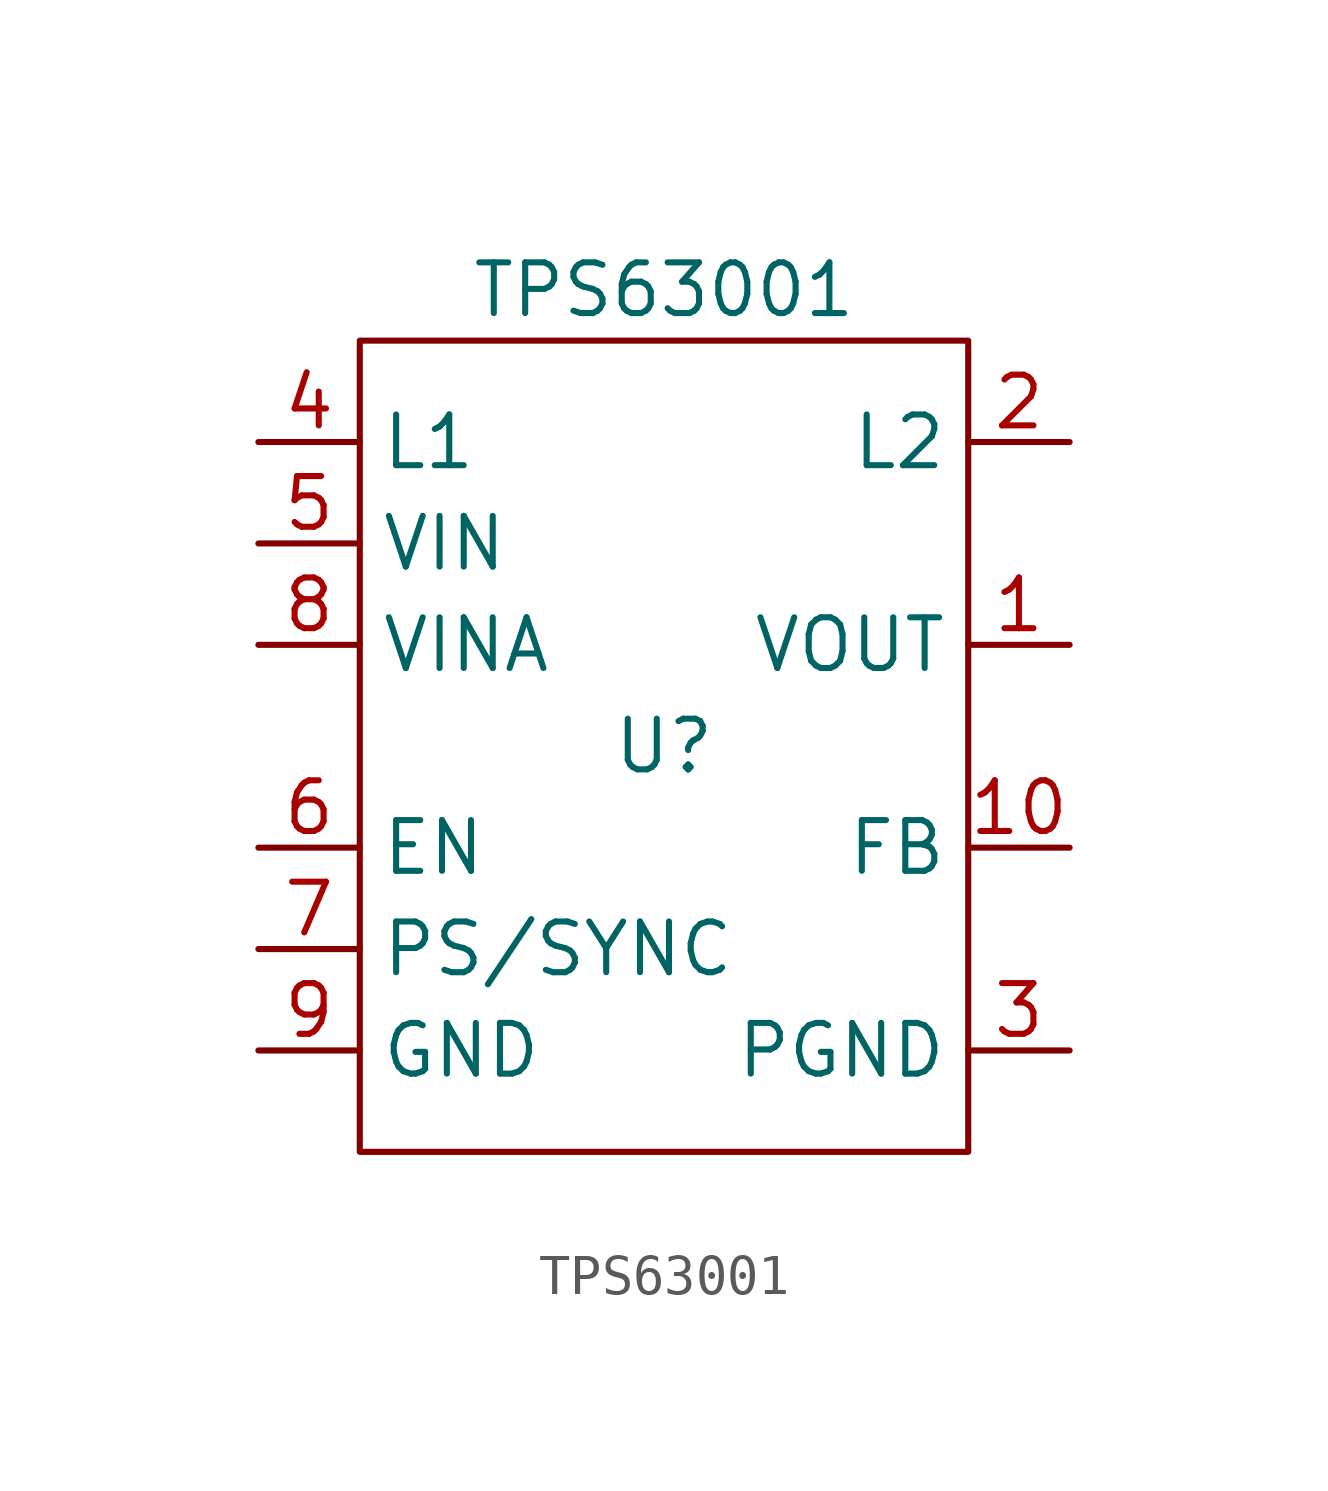
<source format=kicad_sym>
(kicad_symbol_lib
  (version 20211014)
  (generator kicad_symbol_editor)
  (symbol "TPS63001"
    (property "Reference" "U"
      (at 0 0 0)
      (effects (font (size 1.27 1.27))))
    (property "Value" "TPS63001"
      (at 0 11.43 0)
      (effects (font (size 1.27 1.27))))
    (symbol "TPS63001_0_1"
      (rectangle (start -7.62 10.16) (end 7.62 -10.16) (stroke (width 0) (type default) (color 0 0 0 0)) (fill (type none))))
    (symbol "TPS63001_1_1"
      (pin input line (at 10.16 2.54 180) (length 2.54) (name "VOUT" (effects (font (size 1.27 1.27)))) (number "1" (effects (font (size 1.27 1.27)))))
      (pin input line (at 10.16 -2.54 180) (length 2.54) (name "FB" (effects (font (size 1.27 1.27)))) (number "10" (effects (font (size 1.27 1.27)))))
      (pin input line (at 10.16 -7.62 180) (length 2.54) hide (name "PGND" (effects (font (size 1.27 1.27)))) (number "11" (effects (font (size 1.27 1.27)))))
      (pin input line (at 10.16 7.62 180) (length 2.54) (name "L2" (effects (font (size 1.27 1.27)))) (number "2" (effects (font (size 1.27 1.27)))))
      (pin input line (at 10.16 -7.62 180) (length 2.54) (name "PGND" (effects (font (size 1.27 1.27)))) (number "3" (effects (font (size 1.27 1.27)))))
      (pin input line (at -10.16 7.62 0) (length 2.54) (name "L1" (effects (font (size 1.27 1.27)))) (number "4" (effects (font (size 1.27 1.27)))))
      (pin input line (at -10.16 5.08 0) (length 2.54) (name "VIN" (effects (font (size 1.27 1.27)))) (number "5" (effects (font (size 1.27 1.27)))))
      (pin input line (at -10.16 -2.54 0) (length 2.54) (name "EN" (effects (font (size 1.27 1.27)))) (number "6" (effects (font (size 1.27 1.27)))))
      (pin input line (at -10.16 -5.08 0) (length 2.54) (name "PS/SYNC" (effects (font (size 1.27 1.27)))) (number "7" (effects (font (size 1.27 1.27)))))
      (pin input line (at -10.16 2.54 0) (length 2.54) (name "VINA" (effects (font (size 1.27 1.27)))) (number "8" (effects (font (size 1.27 1.27)))))
      (pin input line (at -10.16 -7.62 0) (length 2.54) (name "GND" (effects (font (size 1.27 1.27)))) (number "9" (effects (font (size 1.27 1.27))))))))
</source>
